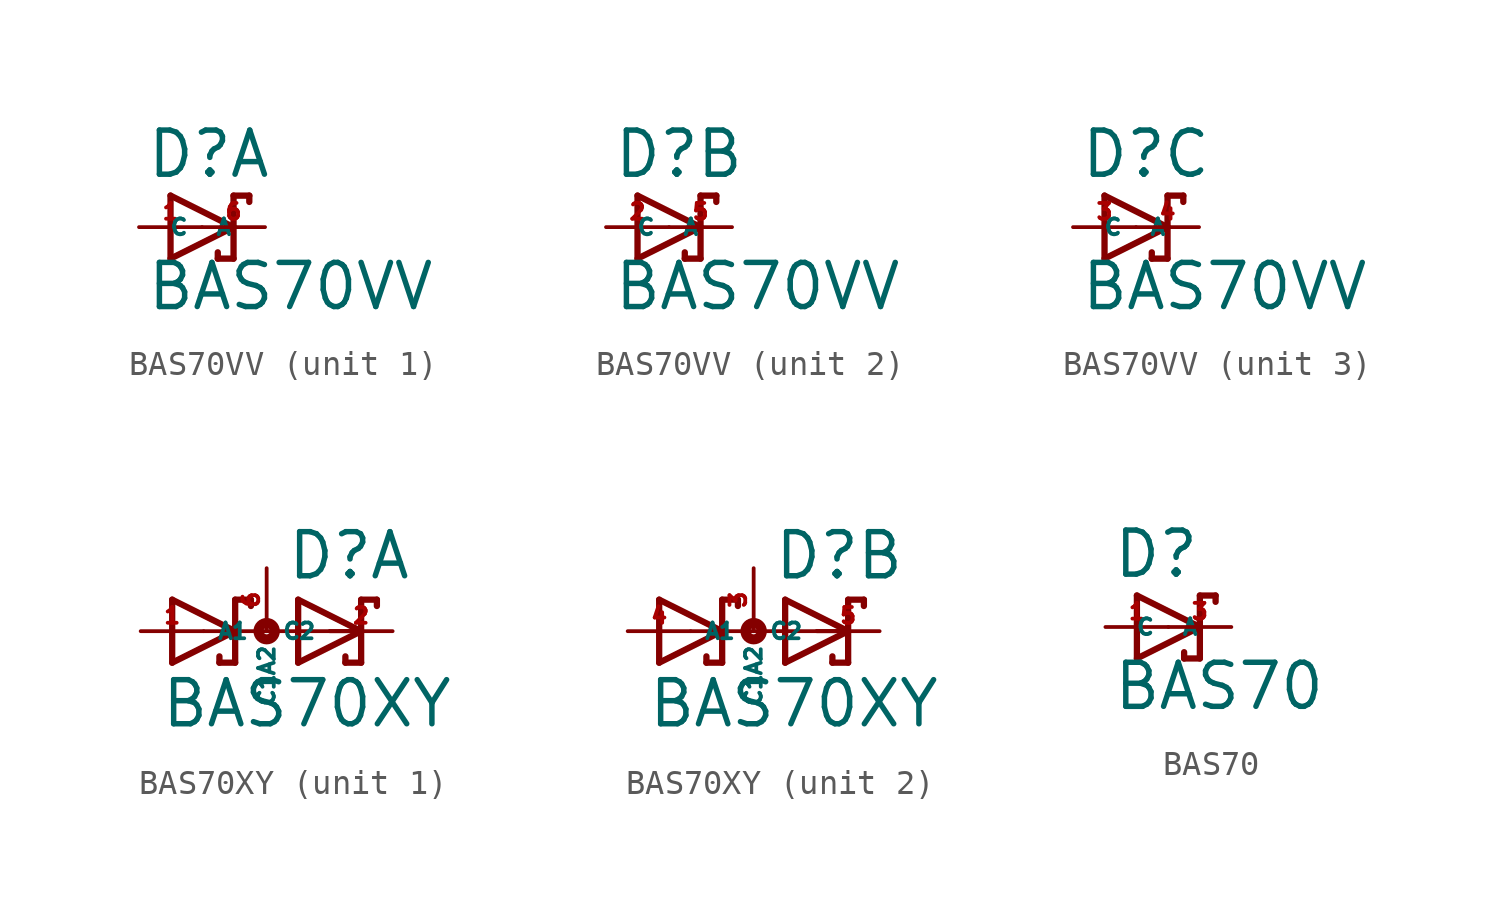
<source format=kicad_sym>
(kicad_symbol_lib
  (version 20220914)
  (generator Eagle2Kicad)
  (symbol "BAS70VV"
    (property "Reference" "D"
      (at -2.286 1.905 0)
      (effects (font (size 1.778 1.778) (thickness 0.22)) (justify left bottom)))
    (property "Value" "BAS70VV"
      (at -2.286 -3.429 0)
      (effects (font (size 1.778 1.778) (thickness 0.22)) (justify left bottom)))
    (symbol "BAS70VV_1_0"
      (polyline (pts (xy -1.27 -1.27) (xy 1.27 0)) (stroke (width 0.254) (type default)) (fill (type none)))
      (polyline (pts (xy 1.27 0) (xy -1.27 1.27)) (stroke (width 0.254) (type default)) (fill (type none)))
      (polyline (pts (xy 1.905 1.27) (xy 1.27 1.27)) (stroke (width 0.254) (type default)) (fill (type none)))
      (polyline (pts (xy 1.27 1.27) (xy 1.27 0)) (stroke (width 0.254) (type default)) (fill (type none)))
      (polyline (pts (xy -1.27 1.27) (xy -1.27 -1.27)) (stroke (width 0.254) (type default)) (fill (type none)))
      (polyline (pts (xy 1.27 0) (xy 1.27 -1.27)) (stroke (width 0.254) (type default)) (fill (type none)))
      (polyline (pts (xy 1.905 1.27) (xy 1.905 1.016)) (stroke (width 0.254) (type default)) (fill (type none)))
      (polyline (pts (xy 1.27 -1.27) (xy 0.635 -1.27)) (stroke (width 0.254) (type default)) (fill (type none)))
      (polyline (pts (xy 0.635 -1.016) (xy 0.635 -1.27)) (stroke (width 0.254) (type default)) (fill (type none)))
      (pin passive line (at -2.54 0 0) (length 2.54) (name "A" (effects (font (size 0.635 0.635) (thickness 0.08)) (justify left bottom))) (number "1" (effects (font (size 0.635 0.635) (thickness 0.08)) (justify left bottom))))
      (pin passive line (at 2.54 0 180) (length 2.54) (name "C" (effects (font (size 0.635 0.635) (thickness 0.08)) (justify left bottom))) (number "6" (effects (font (size 0.635 0.635) (thickness 0.08)) (justify left bottom)))))
    (symbol "BAS70VV_2_0"
      (polyline (pts (xy -1.27 -1.27) (xy 1.27 0)) (stroke (width 0.254) (type default)) (fill (type none)))
      (polyline (pts (xy 1.27 0) (xy -1.27 1.27)) (stroke (width 0.254) (type default)) (fill (type none)))
      (polyline (pts (xy 1.905 1.27) (xy 1.27 1.27)) (stroke (width 0.254) (type default)) (fill (type none)))
      (polyline (pts (xy 1.27 1.27) (xy 1.27 0)) (stroke (width 0.254) (type default)) (fill (type none)))
      (polyline (pts (xy -1.27 1.27) (xy -1.27 -1.27)) (stroke (width 0.254) (type default)) (fill (type none)))
      (polyline (pts (xy 1.27 0) (xy 1.27 -1.27)) (stroke (width 0.254) (type default)) (fill (type none)))
      (polyline (pts (xy 1.905 1.27) (xy 1.905 1.016)) (stroke (width 0.254) (type default)) (fill (type none)))
      (polyline (pts (xy 1.27 -1.27) (xy 0.635 -1.27)) (stroke (width 0.254) (type default)) (fill (type none)))
      (polyline (pts (xy 0.635 -1.016) (xy 0.635 -1.27)) (stroke (width 0.254) (type default)) (fill (type none)))
      (pin passive line (at -2.54 0 0) (length 2.54) (name "A" (effects (font (size 0.635 0.635) (thickness 0.08)) (justify left bottom))) (number "2" (effects (font (size 0.635 0.635) (thickness 0.08)) (justify left bottom))))
      (pin passive line (at 2.54 0 180) (length 2.54) (name "C" (effects (font (size 0.635 0.635) (thickness 0.08)) (justify left bottom))) (number "5" (effects (font (size 0.635 0.635) (thickness 0.08)) (justify left bottom)))))
    (symbol "BAS70VV_3_0"
      (polyline (pts (xy -1.27 -1.27) (xy 1.27 0)) (stroke (width 0.254) (type default)) (fill (type none)))
      (polyline (pts (xy 1.27 0) (xy -1.27 1.27)) (stroke (width 0.254) (type default)) (fill (type none)))
      (polyline (pts (xy 1.905 1.27) (xy 1.27 1.27)) (stroke (width 0.254) (type default)) (fill (type none)))
      (polyline (pts (xy 1.27 1.27) (xy 1.27 0)) (stroke (width 0.254) (type default)) (fill (type none)))
      (polyline (pts (xy -1.27 1.27) (xy -1.27 -1.27)) (stroke (width 0.254) (type default)) (fill (type none)))
      (polyline (pts (xy 1.27 0) (xy 1.27 -1.27)) (stroke (width 0.254) (type default)) (fill (type none)))
      (polyline (pts (xy 1.905 1.27) (xy 1.905 1.016)) (stroke (width 0.254) (type default)) (fill (type none)))
      (polyline (pts (xy 1.27 -1.27) (xy 0.635 -1.27)) (stroke (width 0.254) (type default)) (fill (type none)))
      (polyline (pts (xy 0.635 -1.016) (xy 0.635 -1.27)) (stroke (width 0.254) (type default)) (fill (type none)))
      (pin passive line (at -2.54 0 0) (length 2.54) (name "A" (effects (font (size 0.635 0.635) (thickness 0.08)) (justify left bottom))) (number "3" (effects (font (size 0.635 0.635) (thickness 0.08)) (justify left bottom))))
      (pin passive line (at 2.54 0 180) (length 2.54) (name "C" (effects (font (size 0.635 0.635) (thickness 0.08)) (justify left bottom))) (number "4" (effects (font (size 0.635 0.635) (thickness 0.08)) (justify left bottom))))))
  (symbol "BAS70XY"
    (property "Reference" "D"
      (at 0.762 2.007 0)
      (effects (font (size 1.778 1.778) (thickness 0.22)) (justify left bottom)))
    (property "Value" "BAS70XY"
      (at -4.318 -3.962 0)
      (effects (font (size 1.778 1.778) (thickness 0.22)) (justify left bottom)))
    (symbol "BAS70XY_1_0"
      (polyline (pts (xy -3.81 -1.27) (xy -1.27 0)) (stroke (width 0.254) (type default)) (fill (type none)))
      (polyline (pts (xy -1.27 0) (xy -3.81 1.27)) (stroke (width 0.254) (type default)) (fill (type none)))
      (polyline (pts (xy -2.54 0) (xy -1.27 0)) (stroke (width 0.152) (type default)) (fill (type none)))
      (polyline (pts (xy -3.81 1.27) (xy -3.81 -1.27)) (stroke (width 0.254) (type default)) (fill (type none)))
      (polyline (pts (xy 1.27 1.27) (xy 3.81 0)) (stroke (width 0.254) (type default)) (fill (type none)))
      (polyline (pts (xy 3.81 0) (xy 1.27 -1.27)) (stroke (width 0.254) (type default)) (fill (type none)))
      (polyline (pts (xy 2.54 0) (xy 3.81 0)) (stroke (width 0.152) (type default)) (fill (type none)))
      (polyline (pts (xy 1.27 -1.27) (xy 1.27 1.27)) (stroke (width 0.254) (type default)) (fill (type none)))
      (polyline (pts (xy -0.635 1.016) (xy -0.635 1.27)) (stroke (width 0.254) (type default)) (fill (type none)))
      (polyline (pts (xy -0.635 1.27) (xy -1.27 1.27)) (stroke (width 0.254) (type default)) (fill (type none)))
      (polyline (pts (xy -1.27 1.27) (xy -1.27 0)) (stroke (width 0.254) (type default)) (fill (type none)))
      (polyline (pts (xy -1.905 -1.016) (xy -1.905 -1.27)) (stroke (width 0.254) (type default)) (fill (type none)))
      (polyline (pts (xy -1.27 0) (xy -1.27 -1.27)) (stroke (width 0.254) (type default)) (fill (type none)))
      (polyline (pts (xy -1.27 -1.27) (xy -1.905 -1.27)) (stroke (width 0.254) (type default)) (fill (type none)))
      (polyline (pts (xy 3.175 -1.016) (xy 3.175 -1.27)) (stroke (width 0.254) (type default)) (fill (type none)))
      (polyline (pts (xy 3.175 -1.27) (xy 3.81 -1.27)) (stroke (width 0.254) (type default)) (fill (type none)))
      (polyline (pts (xy 3.81 -1.27) (xy 3.81 0)) (stroke (width 0.254) (type default)) (fill (type none)))
      (polyline (pts (xy 4.445 1.016) (xy 4.445 1.27)) (stroke (width 0.254) (type default)) (fill (type none)))
      (polyline (pts (xy 3.81 0) (xy 3.81 1.27)) (stroke (width 0.254) (type default)) (fill (type none)))
      (polyline (pts (xy 3.81 1.27) (xy 4.445 1.27)) (stroke (width 0.254) (type default)) (fill (type none)))
      (polyline (pts (xy -1.27 0) (xy 3.81 0)) (stroke (width 0.152) (type default)) (fill (type none)))
      (circle (center 0 0) (radius 0.127) (stroke (width 0.406) (type default)) (fill (type none)))
      (pin passive line (at -5.08 0 0) (length 2.54) (name "A1" (effects (font (size 0.635 0.635) (thickness 0.08)) (justify left bottom))) (number "1" (effects (font (size 0.635 0.635) (thickness 0.08)) (justify left bottom))))
      (pin passive line (at 5.08 0 180) (length 2.54) (name "C2" (effects (font (size 0.635 0.635) (thickness 0.08)) (justify left bottom))) (number "2" (effects (font (size 0.635 0.635) (thickness 0.08)) (justify left bottom))))
      (pin passive line (at 0 2.54 270) (length 2.54) (name "C1A2" (effects (font (size 0.635 0.635) (thickness 0.08)) (justify left bottom))) (number "6" (effects (font (size 0.635 0.635) (thickness 0.08)) (justify left bottom)))))
    (symbol "BAS70XY_2_0"
      (polyline (pts (xy -3.81 -1.27) (xy -1.27 0)) (stroke (width 0.254) (type default)) (fill (type none)))
      (polyline (pts (xy -1.27 0) (xy -3.81 1.27)) (stroke (width 0.254) (type default)) (fill (type none)))
      (polyline (pts (xy -2.54 0) (xy -1.27 0)) (stroke (width 0.152) (type default)) (fill (type none)))
      (polyline (pts (xy -3.81 1.27) (xy -3.81 -1.27)) (stroke (width 0.254) (type default)) (fill (type none)))
      (polyline (pts (xy 1.27 1.27) (xy 3.81 0)) (stroke (width 0.254) (type default)) (fill (type none)))
      (polyline (pts (xy 3.81 0) (xy 1.27 -1.27)) (stroke (width 0.254) (type default)) (fill (type none)))
      (polyline (pts (xy 2.54 0) (xy 3.81 0)) (stroke (width 0.152) (type default)) (fill (type none)))
      (polyline (pts (xy 1.27 -1.27) (xy 1.27 1.27)) (stroke (width 0.254) (type default)) (fill (type none)))
      (polyline (pts (xy -0.635 1.016) (xy -0.635 1.27)) (stroke (width 0.254) (type default)) (fill (type none)))
      (polyline (pts (xy -0.635 1.27) (xy -1.27 1.27)) (stroke (width 0.254) (type default)) (fill (type none)))
      (polyline (pts (xy -1.27 1.27) (xy -1.27 0)) (stroke (width 0.254) (type default)) (fill (type none)))
      (polyline (pts (xy -1.905 -1.016) (xy -1.905 -1.27)) (stroke (width 0.254) (type default)) (fill (type none)))
      (polyline (pts (xy -1.27 0) (xy -1.27 -1.27)) (stroke (width 0.254) (type default)) (fill (type none)))
      (polyline (pts (xy -1.27 -1.27) (xy -1.905 -1.27)) (stroke (width 0.254) (type default)) (fill (type none)))
      (polyline (pts (xy 3.175 -1.016) (xy 3.175 -1.27)) (stroke (width 0.254) (type default)) (fill (type none)))
      (polyline (pts (xy 3.175 -1.27) (xy 3.81 -1.27)) (stroke (width 0.254) (type default)) (fill (type none)))
      (polyline (pts (xy 3.81 -1.27) (xy 3.81 0)) (stroke (width 0.254) (type default)) (fill (type none)))
      (polyline (pts (xy 4.445 1.016) (xy 4.445 1.27)) (stroke (width 0.254) (type default)) (fill (type none)))
      (polyline (pts (xy 3.81 0) (xy 3.81 1.27)) (stroke (width 0.254) (type default)) (fill (type none)))
      (polyline (pts (xy 3.81 1.27) (xy 4.445 1.27)) (stroke (width 0.254) (type default)) (fill (type none)))
      (polyline (pts (xy -1.27 0) (xy 3.81 0)) (stroke (width 0.152) (type default)) (fill (type none)))
      (circle (center 0 0) (radius 0.127) (stroke (width 0.406) (type default)) (fill (type none)))
      (pin passive line (at -5.08 0 0) (length 2.54) (name "A1" (effects (font (size 0.635 0.635) (thickness 0.08)) (justify left bottom))) (number "4" (effects (font (size 0.635 0.635) (thickness 0.08)) (justify left bottom))))
      (pin passive line (at 5.08 0 180) (length 2.54) (name "C2" (effects (font (size 0.635 0.635) (thickness 0.08)) (justify left bottom))) (number "5" (effects (font (size 0.635 0.635) (thickness 0.08)) (justify left bottom))))
      (pin passive line (at 0 2.54 270) (length 2.54) (name "C1A2" (effects (font (size 0.635 0.635) (thickness 0.08)) (justify left bottom))) (number "3" (effects (font (size 0.635 0.635) (thickness 0.08)) (justify left bottom))))))
  (symbol "BAS70"
    (property "Reference" "D"
      (at -2.286 1.905 0)
      (effects (font (size 1.778 1.778) (thickness 0.22)) (justify left bottom)))
    (property "Value" "BAS70"
      (at -2.286 -3.429 0)
      (effects (font (size 1.778 1.778) (thickness 0.22)) (justify left bottom)))
    (polyline
      (pts (xy -1.27 -1.27) (xy 1.27 0))
      (stroke (width 0.254) (type default))
      (fill (type none)))
    (polyline
      (pts (xy 1.27 0) (xy -1.27 1.27))
      (stroke (width 0.254) (type default))
      (fill (type none)))
    (polyline
      (pts (xy 1.905 1.27) (xy 1.27 1.27))
      (stroke (width 0.254) (type default))
      (fill (type none)))
    (polyline
      (pts (xy 1.27 1.27) (xy 1.27 0))
      (stroke (width 0.254) (type default))
      (fill (type none)))
    (polyline
      (pts (xy -1.27 1.27) (xy -1.27 -1.27))
      (stroke (width 0.254) (type default))
      (fill (type none)))
    (polyline
      (pts (xy 1.27 0) (xy 1.27 -1.27))
      (stroke (width 0.254) (type default))
      (fill (type none)))
    (polyline
      (pts (xy 1.905 1.27) (xy 1.905 1.016))
      (stroke (width 0.254) (type default))
      (fill (type none)))
    (polyline
      (pts (xy 1.27 -1.27) (xy 0.635 -1.27))
      (stroke (width 0.254) (type default))
      (fill (type none)))
    (polyline
      (pts (xy 0.635 -1.016) (xy 0.635 -1.27))
      (stroke (width 0.254) (type default))
      (fill (type none)))
    (pin passive line
      (at -2.54 0 0)
      (length 2.54)
      (name "A" (effects (font (size 0.635 0.635) (thickness 0.08)) (justify left bottom)))
      (number "1" (effects (font (size 0.635 0.635) (thickness 0.08)) (justify left bottom))))
    (pin passive line
      (at 2.54 0 180)
      (length 2.54)
      (name "C" (effects (font (size 0.635 0.635) (thickness 0.08)) (justify left bottom)))
      (number "3" (effects (font (size 0.635 0.635) (thickness 0.08)) (justify left bottom))))))
</source>
